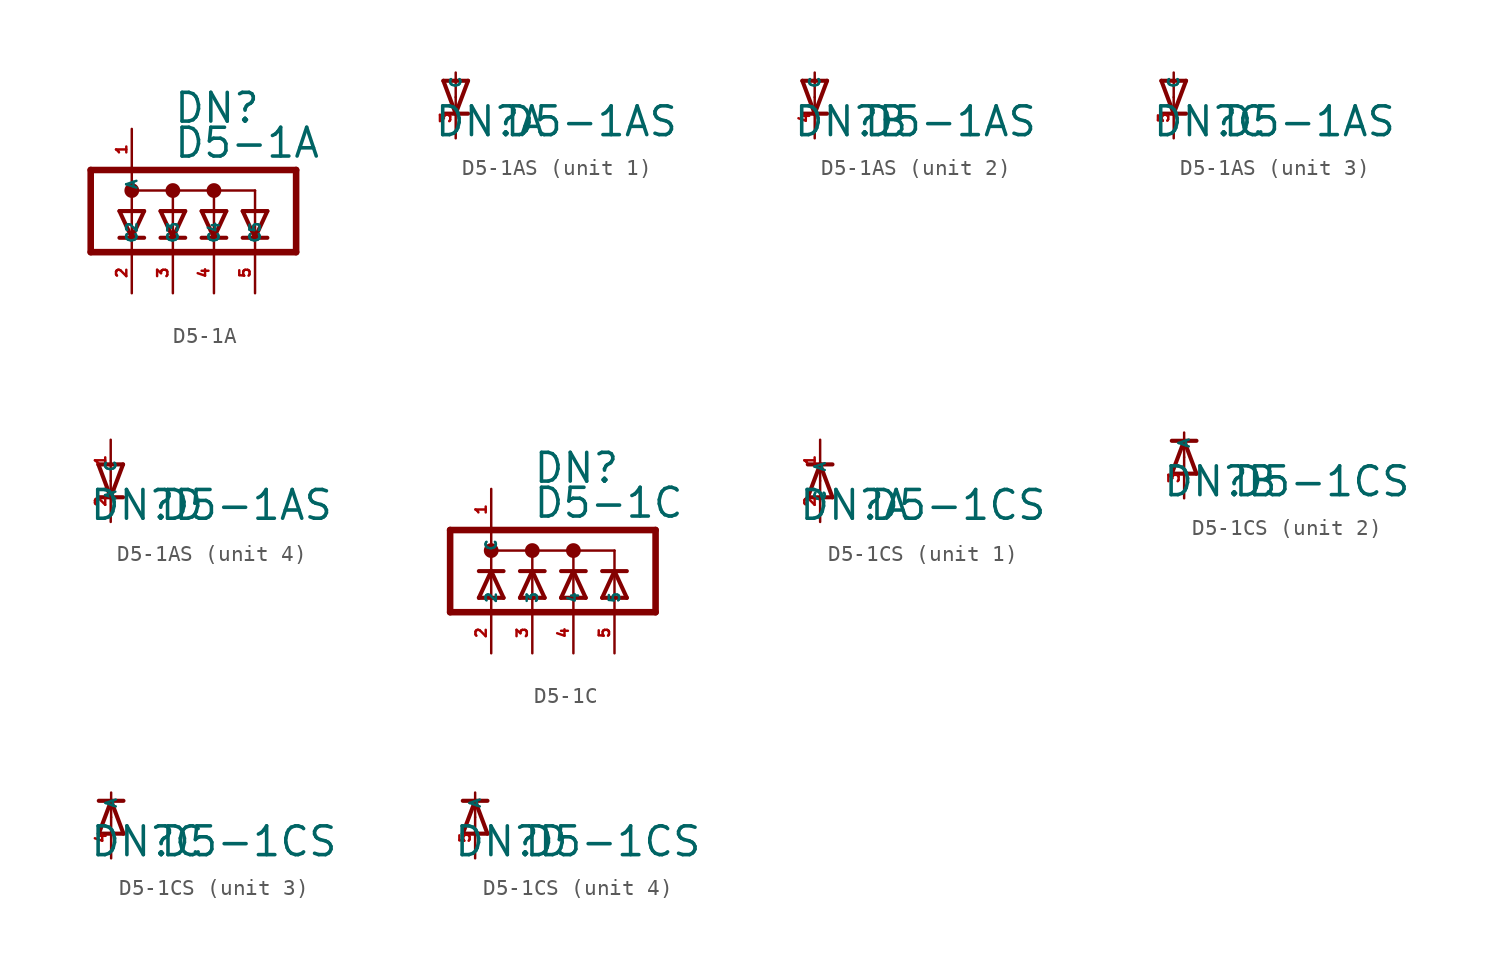
<source format=kicad_sym>
(kicad_symbol_lib
  (version 20220914)
  (generator Eagle2Kicad)
  (symbol "D5-1A"
    (property "Reference" "DN"
      (at 0 5.334 0)
      (effects (font (size 1.778 1.778) (thickness 0.22)) (justify left bottom)))
    (property "Value" "D5-1A"
      (at 0 3.175 0)
      (effects (font (size 1.778 1.778) (thickness 0.22)) (justify left bottom)))
    (polyline
      (pts (xy -2.54 -1.651) (xy -1.778 0))
      (stroke (width 0.254) (type default))
      (fill (type none)))
    (polyline
      (pts (xy -3.302 0) (xy -2.54 -1.651))
      (stroke (width 0.254) (type default))
      (fill (type none)))
    (polyline
      (pts (xy -1.778 0) (xy -2.54 0))
      (stroke (width 0.254) (type default))
      (fill (type none)))
    (polyline
      (pts (xy -3.302 -1.651) (xy -2.54 -1.651))
      (stroke (width 0.254) (type default))
      (fill (type none)))
    (polyline
      (pts (xy -2.54 -1.651) (xy -2.54 -2.54))
      (stroke (width 0.152) (type default))
      (fill (type none)))
    (polyline
      (pts (xy -2.54 -1.651) (xy -1.778 -1.651))
      (stroke (width 0.254) (type default))
      (fill (type none)))
    (polyline
      (pts (xy -2.54 1.27) (xy -2.54 0))
      (stroke (width 0.152) (type default))
      (fill (type none)))
    (polyline
      (pts (xy -2.54 0) (xy -3.302 0))
      (stroke (width 0.254) (type default))
      (fill (type none)))
    (polyline
      (pts (xy -2.54 1.27) (xy 0 1.27))
      (stroke (width 0.152) (type default))
      (fill (type none)))
    (polyline
      (pts (xy 0 1.27) (xy 0 0))
      (stroke (width 0.152) (type default))
      (fill (type none)))
    (polyline
      (pts (xy 0 1.27) (xy 2.54 1.27))
      (stroke (width 0.152) (type default))
      (fill (type none)))
    (polyline
      (pts (xy 2.54 1.27) (xy 2.54 0))
      (stroke (width 0.152) (type default))
      (fill (type none)))
    (polyline
      (pts (xy 2.54 1.27) (xy 5.08 1.27))
      (stroke (width 0.152) (type default))
      (fill (type none)))
    (polyline
      (pts (xy 5.08 1.27) (xy 5.08 0))
      (stroke (width 0.152) (type default))
      (fill (type none)))
    (polyline
      (pts (xy 5.08 -2.54) (xy 5.08 -1.651))
      (stroke (width 0.152) (type default))
      (fill (type none)))
    (polyline
      (pts (xy 2.54 -2.54) (xy 2.54 -1.651))
      (stroke (width 0.152) (type default))
      (fill (type none)))
    (polyline
      (pts (xy 0 -2.54) (xy 0 -1.651))
      (stroke (width 0.152) (type default))
      (fill (type none)))
    (polyline
      (pts (xy -5.08 -2.54) (xy -5.08 2.54))
      (stroke (width 0.406) (type default))
      (fill (type none)))
    (polyline
      (pts (xy -5.08 2.54) (xy -2.54 2.54))
      (stroke (width 0.406) (type default))
      (fill (type none)))
    (polyline
      (pts (xy -2.54 2.54) (xy 7.62 2.54))
      (stroke (width 0.406) (type default))
      (fill (type none)))
    (polyline
      (pts (xy 7.62 2.54) (xy 7.62 -2.54))
      (stroke (width 0.406) (type default))
      (fill (type none)))
    (polyline
      (pts (xy -5.08 -2.54) (xy 7.62 -2.54))
      (stroke (width 0.406) (type default))
      (fill (type none)))
    (polyline
      (pts (xy -2.54 1.27) (xy -2.54 2.54))
      (stroke (width 0.152) (type default))
      (fill (type none)))
    (polyline
      (pts (xy -2.54 -1.651) (xy -2.54 0))
      (stroke (width 0.152) (type default))
      (fill (type none)))
    (polyline
      (pts (xy -0.762 0) (xy 0 -1.651))
      (stroke (width 0.254) (type default))
      (fill (type none)))
    (polyline
      (pts (xy 0 -1.651) (xy -0.762 -1.651))
      (stroke (width 0.254) (type default))
      (fill (type none)))
    (polyline
      (pts (xy 1.778 0) (xy 2.54 -1.651))
      (stroke (width 0.254) (type default))
      (fill (type none)))
    (polyline
      (pts (xy 2.54 -1.651) (xy 1.778 -1.651))
      (stroke (width 0.254) (type default))
      (fill (type none)))
    (polyline
      (pts (xy 4.318 0) (xy 5.08 -1.651))
      (stroke (width 0.254) (type default))
      (fill (type none)))
    (polyline
      (pts (xy 5.08 -1.651) (xy 4.318 -1.651))
      (stroke (width 0.254) (type default))
      (fill (type none)))
    (polyline
      (pts (xy 0.762 -1.651) (xy 0 -1.651))
      (stroke (width 0.254) (type default))
      (fill (type none)))
    (polyline
      (pts (xy 0 -1.651) (xy 0.762 0))
      (stroke (width 0.254) (type default))
      (fill (type none)))
    (polyline
      (pts (xy 3.302 -1.651) (xy 2.54 -1.651))
      (stroke (width 0.254) (type default))
      (fill (type none)))
    (polyline
      (pts (xy 2.54 -1.651) (xy 3.302 0))
      (stroke (width 0.254) (type default))
      (fill (type none)))
    (polyline
      (pts (xy 5.842 -1.651) (xy 5.08 -1.651))
      (stroke (width 0.254) (type default))
      (fill (type none)))
    (polyline
      (pts (xy 5.08 -1.651) (xy 5.842 0))
      (stroke (width 0.254) (type default))
      (fill (type none)))
    (polyline
      (pts (xy 0.762 0) (xy 0 0))
      (stroke (width 0.254) (type default))
      (fill (type none)))
    (polyline
      (pts (xy 3.302 0) (xy 2.54 0))
      (stroke (width 0.254) (type default))
      (fill (type none)))
    (polyline
      (pts (xy 5.842 0) (xy 5.08 0))
      (stroke (width 0.254) (type default))
      (fill (type none)))
    (polyline
      (pts (xy 0 0) (xy -0.762 0))
      (stroke (width 0.254) (type default))
      (fill (type none)))
    (polyline
      (pts (xy 2.54 0) (xy 1.778 0))
      (stroke (width 0.254) (type default))
      (fill (type none)))
    (polyline
      (pts (xy 5.08 0) (xy 4.318 0))
      (stroke (width 0.254) (type default))
      (fill (type none)))
    (polyline
      (pts (xy 0 -1.651) (xy 0 0))
      (stroke (width 0.152) (type default))
      (fill (type none)))
    (polyline
      (pts (xy 2.54 -1.651) (xy 2.54 0))
      (stroke (width 0.152) (type default))
      (fill (type none)))
    (polyline
      (pts (xy 5.08 -1.651) (xy 5.08 0))
      (stroke (width 0.152) (type default))
      (fill (type none)))
    (circle
      (center 2.54 1.27)
      (radius 0.254)
      (stroke (width 0.406) (type default))
      (fill (type none)))
    (circle
      (center 0 1.27)
      (radius 0.254)
      (stroke (width 0.406) (type default))
      (fill (type none)))
    (circle
      (center -2.54 1.27)
      (radius 0.254)
      (stroke (width 0.406) (type default))
      (fill (type none)))
    (pin passive line
      (at -2.54 5.08 270)
      (length 2.54)
      (name "A" (effects (font (size 0.635 0.635) (thickness 0.08)) (justify left bottom)))
      (number "1" (effects (font (size 0.635 0.635) (thickness 0.08)) (justify left bottom))))
    (pin passive line
      (at -2.54 -5.08 90)
      (length 2.54)
      (name "C2" (effects (font (size 0.635 0.635) (thickness 0.08)) (justify left bottom)))
      (number "2" (effects (font (size 0.635 0.635) (thickness 0.08)) (justify left bottom))))
    (pin passive line
      (at 0 -5.08 90)
      (length 2.54)
      (name "C3" (effects (font (size 0.635 0.635) (thickness 0.08)) (justify left bottom)))
      (number "3" (effects (font (size 0.635 0.635) (thickness 0.08)) (justify left bottom))))
    (pin passive line
      (at 2.54 -5.08 90)
      (length 2.54)
      (name "C4" (effects (font (size 0.635 0.635) (thickness 0.08)) (justify left bottom)))
      (number "4" (effects (font (size 0.635 0.635) (thickness 0.08)) (justify left bottom))))
    (pin passive line
      (at 5.08 -5.08 90)
      (length 2.54)
      (name "C5" (effects (font (size 0.635 0.635) (thickness 0.08)) (justify left bottom)))
      (number "5" (effects (font (size 0.635 0.635) (thickness 0.08)) (justify left bottom)))))
  (symbol "D5-1AS"
    (property "Reference" "DN"
      (at -1.372 -2.54 0)
      (effects (font (size 1.778 1.778) (thickness 0.22)) (justify left bottom)))
    (property "Value" "D5-1AS"
      (at 2.946 -2.54 0)
      (effects (font (size 1.778 1.778) (thickness 0.22)) (justify left bottom)))
    (symbol "D5-1AS_1_0"
      (polyline (pts (xy -0.762 1.016) (xy 0 -1.016)) (stroke (width 0.254) (type default)) (fill (type none)))
      (polyline (pts (xy 0 -1.016) (xy 0.762 1.016)) (stroke (width 0.254) (type default)) (fill (type none)))
      (polyline (pts (xy 0.762 -1.016) (xy 0 -1.016)) (stroke (width 0.254) (type default)) (fill (type none)))
      (polyline (pts (xy 0.762 1.016) (xy 0 1.016)) (stroke (width 0.254) (type default)) (fill (type none)))
      (polyline (pts (xy 0 1.016) (xy 0 0)) (stroke (width 0.152) (type default)) (fill (type none)))
      (polyline (pts (xy 0 1.016) (xy -0.762 1.016)) (stroke (width 0.254) (type default)) (fill (type none)))
      (polyline (pts (xy 0 -1.016) (xy -0.762 -1.016)) (stroke (width 0.254) (type default)) (fill (type none)))
      (polyline (pts (xy 0 1.524) (xy 0 1.016)) (stroke (width 0.152) (type default)) (fill (type none)))
      (pin passive line (at 0 -2.54 90) (length 2.54) (name "C" (effects (font (size 0.635 0.635) (thickness 0.08)) (justify left bottom))) (number "3" (effects (font (size 0.635 0.635) (thickness 0.08)) (justify left bottom)))))
    (symbol "D5-1AS_2_0"
      (polyline (pts (xy -0.762 1.016) (xy 0 -1.016)) (stroke (width 0.254) (type default)) (fill (type none)))
      (polyline (pts (xy 0 -1.016) (xy 0.762 1.016)) (stroke (width 0.254) (type default)) (fill (type none)))
      (polyline (pts (xy 0.762 -1.016) (xy 0 -1.016)) (stroke (width 0.254) (type default)) (fill (type none)))
      (polyline (pts (xy 0.762 1.016) (xy 0 1.016)) (stroke (width 0.254) (type default)) (fill (type none)))
      (polyline (pts (xy 0 1.016) (xy 0 0)) (stroke (width 0.152) (type default)) (fill (type none)))
      (polyline (pts (xy 0 1.016) (xy -0.762 1.016)) (stroke (width 0.254) (type default)) (fill (type none)))
      (polyline (pts (xy 0 -1.016) (xy -0.762 -1.016)) (stroke (width 0.254) (type default)) (fill (type none)))
      (polyline (pts (xy 0 1.524) (xy 0 1.016)) (stroke (width 0.152) (type default)) (fill (type none)))
      (pin passive line (at 0 -2.54 90) (length 2.54) (name "C" (effects (font (size 0.635 0.635) (thickness 0.08)) (justify left bottom))) (number "4" (effects (font (size 0.635 0.635) (thickness 0.08)) (justify left bottom)))))
    (symbol "D5-1AS_3_0"
      (polyline (pts (xy -0.762 1.016) (xy 0 -1.016)) (stroke (width 0.254) (type default)) (fill (type none)))
      (polyline (pts (xy 0 -1.016) (xy 0.762 1.016)) (stroke (width 0.254) (type default)) (fill (type none)))
      (polyline (pts (xy 0.762 -1.016) (xy 0 -1.016)) (stroke (width 0.254) (type default)) (fill (type none)))
      (polyline (pts (xy 0.762 1.016) (xy 0 1.016)) (stroke (width 0.254) (type default)) (fill (type none)))
      (polyline (pts (xy 0 1.016) (xy 0 0)) (stroke (width 0.152) (type default)) (fill (type none)))
      (polyline (pts (xy 0 1.016) (xy -0.762 1.016)) (stroke (width 0.254) (type default)) (fill (type none)))
      (polyline (pts (xy 0 -1.016) (xy -0.762 -1.016)) (stroke (width 0.254) (type default)) (fill (type none)))
      (polyline (pts (xy 0 1.524) (xy 0 1.016)) (stroke (width 0.152) (type default)) (fill (type none)))
      (pin passive line (at 0 -2.54 90) (length 2.54) (name "C" (effects (font (size 0.635 0.635) (thickness 0.08)) (justify left bottom))) (number "5" (effects (font (size 0.635 0.635) (thickness 0.08)) (justify left bottom)))))
    (symbol "D5-1AS_4_0"
      (polyline (pts (xy -0.762 1.016) (xy 0 -1.016)) (stroke (width 0.254) (type default)) (fill (type none)))
      (polyline (pts (xy 0 -1.016) (xy 0.762 1.016)) (stroke (width 0.254) (type default)) (fill (type none)))
      (polyline (pts (xy 0.762 -1.016) (xy 0 -1.016)) (stroke (width 0.254) (type default)) (fill (type none)))
      (polyline (pts (xy 0.762 1.016) (xy -0.762 1.016)) (stroke (width 0.254) (type default)) (fill (type none)))
      (polyline (pts (xy 0 -1.016) (xy -0.762 -1.016)) (stroke (width 0.254) (type default)) (fill (type none)))
      (pin passive line (at 0 2.54 270) (length 2.54) (name "A" (effects (font (size 0.635 0.635) (thickness 0.08)) (justify left bottom))) (number "1" (effects (font (size 0.635 0.635) (thickness 0.08)) (justify left bottom))))
      (pin passive line (at 0 -2.54 90) (length 2.54) (name "C" (effects (font (size 0.635 0.635) (thickness 0.08)) (justify left bottom))) (number "2" (effects (font (size 0.635 0.635) (thickness 0.08)) (justify left bottom))))))
  (symbol "D5-1C"
    (property "Reference" "DN"
      (at 0 5.334 0)
      (effects (font (size 1.778 1.778) (thickness 0.22)) (justify left bottom)))
    (property "Value" "D5-1C"
      (at 0 3.175 0)
      (effects (font (size 1.778 1.778) (thickness 0.22)) (justify left bottom)))
    (polyline
      (pts (xy -1.778 -1.651) (xy -2.54 0))
      (stroke (width 0.254) (type default))
      (fill (type none)))
    (polyline
      (pts (xy -2.54 0) (xy -3.302 -1.651))
      (stroke (width 0.254) (type default))
      (fill (type none)))
    (polyline
      (pts (xy -1.778 0) (xy -2.54 0))
      (stroke (width 0.254) (type default))
      (fill (type none)))
    (polyline
      (pts (xy -3.302 -1.651) (xy -2.54 -1.651))
      (stroke (width 0.254) (type default))
      (fill (type none)))
    (polyline
      (pts (xy -2.54 -1.651) (xy -2.54 -2.54))
      (stroke (width 0.152) (type default))
      (fill (type none)))
    (polyline
      (pts (xy -2.54 -1.651) (xy -1.778 -1.651))
      (stroke (width 0.254) (type default))
      (fill (type none)))
    (polyline
      (pts (xy -2.54 1.27) (xy -2.54 0))
      (stroke (width 0.152) (type default))
      (fill (type none)))
    (polyline
      (pts (xy -2.54 0) (xy -3.302 0))
      (stroke (width 0.254) (type default))
      (fill (type none)))
    (polyline
      (pts (xy -2.54 1.27) (xy 0 1.27))
      (stroke (width 0.152) (type default))
      (fill (type none)))
    (polyline
      (pts (xy 0 1.27) (xy 0 0))
      (stroke (width 0.152) (type default))
      (fill (type none)))
    (polyline
      (pts (xy 0 1.27) (xy 2.54 1.27))
      (stroke (width 0.152) (type default))
      (fill (type none)))
    (polyline
      (pts (xy 2.54 1.27) (xy 2.54 0))
      (stroke (width 0.152) (type default))
      (fill (type none)))
    (polyline
      (pts (xy 2.54 1.27) (xy 5.08 1.27))
      (stroke (width 0.152) (type default))
      (fill (type none)))
    (polyline
      (pts (xy 5.08 1.27) (xy 5.08 0))
      (stroke (width 0.152) (type default))
      (fill (type none)))
    (polyline
      (pts (xy 5.08 -2.54) (xy 5.08 -1.651))
      (stroke (width 0.152) (type default))
      (fill (type none)))
    (polyline
      (pts (xy 2.54 -2.54) (xy 2.54 -1.651))
      (stroke (width 0.152) (type default))
      (fill (type none)))
    (polyline
      (pts (xy 0 -2.54) (xy 0 -1.651))
      (stroke (width 0.152) (type default))
      (fill (type none)))
    (polyline
      (pts (xy 0 -1.651) (xy 0.762 -1.651))
      (stroke (width 0.254) (type default))
      (fill (type none)))
    (polyline
      (pts (xy -0.762 -1.651) (xy 0 -1.651))
      (stroke (width 0.254) (type default))
      (fill (type none)))
    (polyline
      (pts (xy 2.54 -1.651) (xy 3.302 -1.651))
      (stroke (width 0.254) (type default))
      (fill (type none)))
    (polyline
      (pts (xy 5.08 -1.651) (xy 5.842 -1.651))
      (stroke (width 0.254) (type default))
      (fill (type none)))
    (polyline
      (pts (xy 1.778 -1.651) (xy 2.54 -1.651))
      (stroke (width 0.254) (type default))
      (fill (type none)))
    (polyline
      (pts (xy 4.318 -1.651) (xy 5.08 -1.651))
      (stroke (width 0.254) (type default))
      (fill (type none)))
    (polyline
      (pts (xy -5.08 -2.54) (xy -5.08 2.54))
      (stroke (width 0.406) (type default))
      (fill (type none)))
    (polyline
      (pts (xy -5.08 2.54) (xy -2.54 2.54))
      (stroke (width 0.406) (type default))
      (fill (type none)))
    (polyline
      (pts (xy -2.54 2.54) (xy 7.62 2.54))
      (stroke (width 0.406) (type default))
      (fill (type none)))
    (polyline
      (pts (xy 7.62 2.54) (xy 7.62 -2.54))
      (stroke (width 0.406) (type default))
      (fill (type none)))
    (polyline
      (pts (xy -5.08 -2.54) (xy 7.62 -2.54))
      (stroke (width 0.406) (type default))
      (fill (type none)))
    (polyline
      (pts (xy -2.54 1.27) (xy -2.54 2.54))
      (stroke (width 0.152) (type default))
      (fill (type none)))
    (polyline
      (pts (xy -2.54 -1.651) (xy -2.54 0))
      (stroke (width 0.152) (type default))
      (fill (type none)))
    (polyline
      (pts (xy 0 0) (xy -0.762 -1.651))
      (stroke (width 0.254) (type default))
      (fill (type none)))
    (polyline
      (pts (xy 2.54 0) (xy 1.778 -1.651))
      (stroke (width 0.254) (type default))
      (fill (type none)))
    (polyline
      (pts (xy 5.08 0) (xy 4.318 -1.651))
      (stroke (width 0.254) (type default))
      (fill (type none)))
    (polyline
      (pts (xy 0.762 -1.651) (xy 0 0))
      (stroke (width 0.254) (type default))
      (fill (type none)))
    (polyline
      (pts (xy 3.302 -1.651) (xy 2.54 0))
      (stroke (width 0.254) (type default))
      (fill (type none)))
    (polyline
      (pts (xy 5.842 -1.651) (xy 5.08 0))
      (stroke (width 0.254) (type default))
      (fill (type none)))
    (polyline
      (pts (xy 0.762 0) (xy 0 0))
      (stroke (width 0.254) (type default))
      (fill (type none)))
    (polyline
      (pts (xy 3.302 0) (xy 2.54 0))
      (stroke (width 0.254) (type default))
      (fill (type none)))
    (polyline
      (pts (xy 5.842 0) (xy 5.08 0))
      (stroke (width 0.254) (type default))
      (fill (type none)))
    (polyline
      (pts (xy 0 0) (xy -0.762 0))
      (stroke (width 0.254) (type default))
      (fill (type none)))
    (polyline
      (pts (xy 2.54 0) (xy 1.778 0))
      (stroke (width 0.254) (type default))
      (fill (type none)))
    (polyline
      (pts (xy 5.08 0) (xy 4.318 0))
      (stroke (width 0.254) (type default))
      (fill (type none)))
    (polyline
      (pts (xy 0 -1.651) (xy 0 0))
      (stroke (width 0.152) (type default))
      (fill (type none)))
    (polyline
      (pts (xy 2.54 -1.651) (xy 2.54 0))
      (stroke (width 0.152) (type default))
      (fill (type none)))
    (polyline
      (pts (xy 5.08 -1.651) (xy 5.08 0))
      (stroke (width 0.152) (type default))
      (fill (type none)))
    (circle
      (center 2.54 1.27)
      (radius 0.254)
      (stroke (width 0.406) (type default))
      (fill (type none)))
    (circle
      (center 0 1.27)
      (radius 0.254)
      (stroke (width 0.406) (type default))
      (fill (type none)))
    (circle
      (center -2.54 1.27)
      (radius 0.254)
      (stroke (width 0.406) (type default))
      (fill (type none)))
    (pin passive line
      (at -2.54 5.08 270)
      (length 2.54)
      (name "C" (effects (font (size 0.635 0.635) (thickness 0.08)) (justify left bottom)))
      (number "1" (effects (font (size 0.635 0.635) (thickness 0.08)) (justify left bottom))))
    (pin passive line
      (at -2.54 -5.08 90)
      (length 2.54)
      (name "2" (effects (font (size 0.635 0.635) (thickness 0.08)) (justify left bottom)))
      (number "2" (effects (font (size 0.635 0.635) (thickness 0.08)) (justify left bottom))))
    (pin passive line
      (at 0 -5.08 90)
      (length 2.54)
      (name "3" (effects (font (size 0.635 0.635) (thickness 0.08)) (justify left bottom)))
      (number "3" (effects (font (size 0.635 0.635) (thickness 0.08)) (justify left bottom))))
    (pin passive line
      (at 2.54 -5.08 90)
      (length 2.54)
      (name "4" (effects (font (size 0.635 0.635) (thickness 0.08)) (justify left bottom)))
      (number "4" (effects (font (size 0.635 0.635) (thickness 0.08)) (justify left bottom))))
    (pin passive line
      (at 5.08 -5.08 90)
      (length 2.54)
      (name "5" (effects (font (size 0.635 0.635) (thickness 0.08)) (justify left bottom)))
      (number "5" (effects (font (size 0.635 0.635) (thickness 0.08)) (justify left bottom)))))
  (symbol "D5-1CS"
    (property "Reference" "DN"
      (at -1.372 -2.54 0)
      (effects (font (size 1.778 1.778) (thickness 0.22)) (justify left bottom)))
    (property "Value" "D5-1CS"
      (at 2.946 -2.54 0)
      (effects (font (size 1.778 1.778) (thickness 0.22)) (justify left bottom)))
    (symbol "D5-1CS_1_0"
      (polyline (pts (xy 0.762 -1.016) (xy 0 1.016)) (stroke (width 0.254) (type default)) (fill (type none)))
      (polyline (pts (xy 0 1.016) (xy -0.762 -1.016)) (stroke (width 0.254) (type default)) (fill (type none)))
      (polyline (pts (xy -0.762 1.016) (xy 0 1.016)) (stroke (width 0.254) (type default)) (fill (type none)))
      (polyline (pts (xy -0.762 -1.016) (xy 0.762 -1.016)) (stroke (width 0.254) (type default)) (fill (type none)))
      (polyline (pts (xy 0 1.016) (xy 0.762 1.016)) (stroke (width 0.254) (type default)) (fill (type none)))
      (pin passive line (at 0 -2.54 90) (length 2.54) (name "A" (effects (font (size 0.635 0.635) (thickness 0.08)) (justify left bottom))) (number "2" (effects (font (size 0.635 0.635) (thickness 0.08)) (justify left bottom))))
      (pin passive line (at 0 2.54 270) (length 2.54) (name "C" (effects (font (size 0.635 0.635) (thickness 0.08)) (justify left bottom))) (number "1" (effects (font (size 0.635 0.635) (thickness 0.08)) (justify left bottom)))))
    (symbol "D5-1CS_2_0"
      (polyline (pts (xy 0.762 -1.016) (xy 0 1.016)) (stroke (width 0.254) (type default)) (fill (type none)))
      (polyline (pts (xy 0 1.016) (xy -0.762 -1.016)) (stroke (width 0.254) (type default)) (fill (type none)))
      (polyline (pts (xy -0.762 1.016) (xy 0 1.016)) (stroke (width 0.254) (type default)) (fill (type none)))
      (polyline (pts (xy 0 1.524) (xy 0 1.016)) (stroke (width 0.152) (type default)) (fill (type none)))
      (polyline (pts (xy 0 0) (xy 0 1.016)) (stroke (width 0.152) (type default)) (fill (type none)))
      (polyline (pts (xy -0.762 -1.016) (xy 0.762 -1.016)) (stroke (width 0.254) (type default)) (fill (type none)))
      (polyline (pts (xy 0 1.016) (xy 0.762 1.016)) (stroke (width 0.254) (type default)) (fill (type none)))
      (pin passive line (at 0 -2.54 90) (length 2.54) (name "A" (effects (font (size 0.635 0.635) (thickness 0.08)) (justify left bottom))) (number "3" (effects (font (size 0.635 0.635) (thickness 0.08)) (justify left bottom)))))
    (symbol "D5-1CS_3_0"
      (polyline (pts (xy 0.762 -1.016) (xy 0 1.016)) (stroke (width 0.254) (type default)) (fill (type none)))
      (polyline (pts (xy 0 1.016) (xy -0.762 -1.016)) (stroke (width 0.254) (type default)) (fill (type none)))
      (polyline (pts (xy -0.762 1.016) (xy 0 1.016)) (stroke (width 0.254) (type default)) (fill (type none)))
      (polyline (pts (xy 0 1.524) (xy 0 1.016)) (stroke (width 0.152) (type default)) (fill (type none)))
      (polyline (pts (xy 0 0) (xy 0 1.016)) (stroke (width 0.152) (type default)) (fill (type none)))
      (polyline (pts (xy -0.762 -1.016) (xy 0.762 -1.016)) (stroke (width 0.254) (type default)) (fill (type none)))
      (polyline (pts (xy 0 1.016) (xy 0.762 1.016)) (stroke (width 0.254) (type default)) (fill (type none)))
      (pin passive line (at 0 -2.54 90) (length 2.54) (name "A" (effects (font (size 0.635 0.635) (thickness 0.08)) (justify left bottom))) (number "4" (effects (font (size 0.635 0.635) (thickness 0.08)) (justify left bottom)))))
    (symbol "D5-1CS_4_0"
      (polyline (pts (xy 0.762 -1.016) (xy 0 1.016)) (stroke (width 0.254) (type default)) (fill (type none)))
      (polyline (pts (xy 0 1.016) (xy -0.762 -1.016)) (stroke (width 0.254) (type default)) (fill (type none)))
      (polyline (pts (xy -0.762 1.016) (xy 0 1.016)) (stroke (width 0.254) (type default)) (fill (type none)))
      (polyline (pts (xy 0 1.524) (xy 0 1.016)) (stroke (width 0.152) (type default)) (fill (type none)))
      (polyline (pts (xy 0 0) (xy 0 1.016)) (stroke (width 0.152) (type default)) (fill (type none)))
      (polyline (pts (xy -0.762 -1.016) (xy 0.762 -1.016)) (stroke (width 0.254) (type default)) (fill (type none)))
      (polyline (pts (xy 0 1.016) (xy 0.762 1.016)) (stroke (width 0.254) (type default)) (fill (type none)))
      (pin passive line (at 0 -2.54 90) (length 2.54) (name "A" (effects (font (size 0.635 0.635) (thickness 0.08)) (justify left bottom))) (number "5" (effects (font (size 0.635 0.635) (thickness 0.08)) (justify left bottom)))))))
</source>
